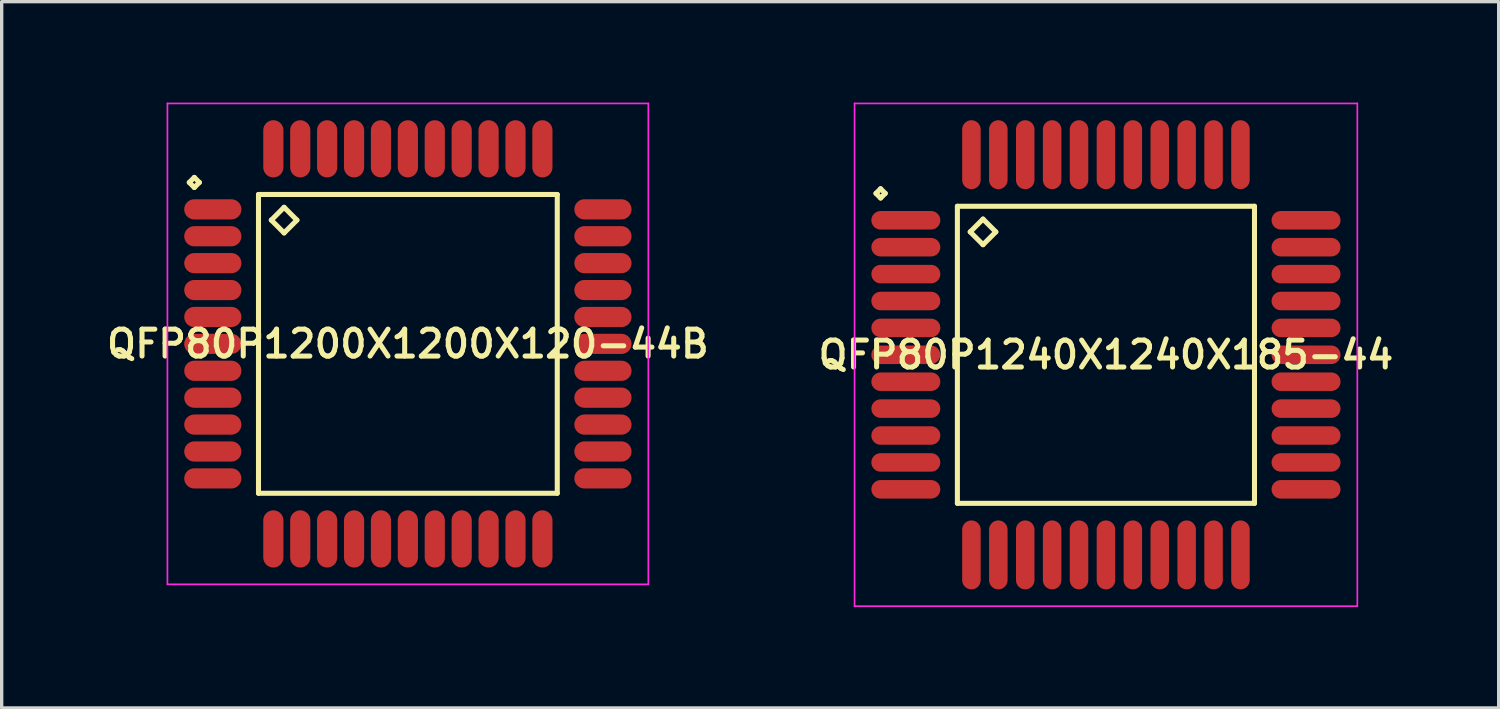
<source format=kicad_pcb>
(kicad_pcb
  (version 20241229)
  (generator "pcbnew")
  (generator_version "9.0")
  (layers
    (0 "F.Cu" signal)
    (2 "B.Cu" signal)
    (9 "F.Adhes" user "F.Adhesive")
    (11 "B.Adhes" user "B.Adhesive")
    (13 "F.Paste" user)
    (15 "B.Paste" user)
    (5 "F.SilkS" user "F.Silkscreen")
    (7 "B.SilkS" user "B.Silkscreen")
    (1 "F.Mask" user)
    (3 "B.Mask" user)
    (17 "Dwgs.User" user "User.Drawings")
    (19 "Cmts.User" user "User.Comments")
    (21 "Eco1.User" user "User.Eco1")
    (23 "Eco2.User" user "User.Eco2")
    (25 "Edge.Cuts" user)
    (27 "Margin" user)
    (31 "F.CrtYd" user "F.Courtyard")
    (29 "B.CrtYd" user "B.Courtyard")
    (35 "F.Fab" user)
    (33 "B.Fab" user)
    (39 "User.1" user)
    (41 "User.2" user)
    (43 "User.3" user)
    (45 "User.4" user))
  (footprint "QFP80P1240X1240X185-44"
    (layer "F.Cu")
    (at 29.835 7.5)
    (property "Reference" "QFP80P1240X1240X185-44" (at 0 0 0) (layer "F.SilkS") (effects (font (size 0.8 0.8) (thickness 0.15))))
    (attr smd)
    (fp_line (start -6.838 -4.8) (end -6.7 -4.938) (stroke (width 0.15) (type solid)) (layer "F.SilkS"))
    (fp_line (start -6.7 -4.938) (end -6.562 -4.8) (stroke (width 0.15) (type solid)) (layer "F.SilkS"))
    (fp_line (start -6.7 -4.662) (end -6.838 -4.8) (stroke (width 0.15) (type solid)) (layer "F.SilkS"))
    (fp_line (start -6.562 -4.8) (end -6.7 -4.662) (stroke (width 0.15) (type solid)) (layer "F.SilkS"))
    (fp_line (start -4.417 -4.417) (end -4.417 4.417) (stroke (width 0.15) (type solid)) (layer "F.SilkS"))
    (fp_line (start -4.417 4.417) (end 4.417 4.417) (stroke (width 0.15) (type solid)) (layer "F.SilkS"))
    (fp_line (start -4.036 -3.655) (end -3.655 -4.036) (stroke (width 0.15) (type solid)) (layer "F.SilkS"))
    (fp_line (start -3.655 -4.036) (end -3.274 -3.655) (stroke (width 0.15) (type solid)) (layer "F.SilkS"))
    (fp_line (start -3.655 -3.274) (end -4.036 -3.655) (stroke (width 0.15) (type solid)) (layer "F.SilkS"))
    (fp_line (start -3.274 -3.655) (end -3.655 -3.274) (stroke (width 0.15) (type solid)) (layer "F.SilkS"))
    (fp_line (start 4.417 -4.417) (end -4.417 -4.417) (stroke (width 0.15) (type solid)) (layer "F.SilkS"))
    (fp_line (start 4.417 4.417) (end 4.417 -4.417) (stroke (width 0.15) (type solid)) (layer "F.SilkS"))
    (fp_line (start -7.475 -7.475) (end 7.475 -7.475) (stroke (width 0.05) (type solid)) (layer "F.CrtYd"))
    (fp_line (start -7.475 7.475) (end -7.475 -7.475) (stroke (width 0.05) (type solid)) (layer "F.CrtYd"))
    (fp_line (start 7.475 -7.475) (end 7.475 7.475) (stroke (width 0.05) (type solid)) (layer "F.CrtYd"))
    (fp_line (start 7.475 7.475) (end -7.475 7.475) (stroke (width 0.05) (type solid)) (layer "F.CrtYd"))
    (pad "1" smd oval (at -5.95 -4) (size 2.05 0.55) (layers "F.Cu" "F.Mask" "F.Paste"))
    (pad "2" smd oval (at -5.95 -3.2) (size 2.05 0.55) (layers "F.Cu" "F.Mask" "F.Paste"))
    (pad "3" smd oval (at -5.95 -2.4) (size 2.05 0.55) (layers "F.Cu" "F.Mask" "F.Paste"))
    (pad "4" smd oval (at -5.95 -1.6) (size 2.05 0.55) (layers "F.Cu" "F.Mask" "F.Paste"))
    (pad "5" smd oval (at -5.95 -0.8) (size 2.05 0.55) (layers "F.Cu" "F.Mask" "F.Paste"))
    (pad "6" smd oval (at -5.95 0) (size 2.05 0.55) (layers "F.Cu" "F.Mask" "F.Paste"))
    (pad "7" smd oval (at -5.95 0.8) (size 2.05 0.55) (layers "F.Cu" "F.Mask" "F.Paste"))
    (pad "8" smd oval (at -5.95 1.6) (size 2.05 0.55) (layers "F.Cu" "F.Mask" "F.Paste"))
    (pad "9" smd oval (at -5.95 2.4) (size 2.05 0.55) (layers "F.Cu" "F.Mask" "F.Paste"))
    (pad "10" smd oval (at -5.95 3.2) (size 2.05 0.55) (layers "F.Cu" "F.Mask" "F.Paste"))
    (pad "11" smd oval (at -5.95 4) (size 2.05 0.55) (layers "F.Cu" "F.Mask" "F.Paste"))
    (pad "12" smd oval (at -4 5.95) (size 0.55 2.05) (layers "F.Cu" "F.Mask" "F.Paste"))
    (pad "13" smd oval (at -3.2 5.95) (size 0.55 2.05) (layers "F.Cu" "F.Mask" "F.Paste"))
    (pad "14" smd oval (at -2.4 5.95) (size 0.55 2.05) (layers "F.Cu" "F.Mask" "F.Paste"))
    (pad "15" smd oval (at -1.6 5.95) (size 0.55 2.05) (layers "F.Cu" "F.Mask" "F.Paste"))
    (pad "16" smd oval (at -0.8 5.95) (size 0.55 2.05) (layers "F.Cu" "F.Mask" "F.Paste"))
    (pad "17" smd oval (at 0 5.95) (size 0.55 2.05) (layers "F.Cu" "F.Mask" "F.Paste"))
    (pad "18" smd oval (at 0.8 5.95) (size 0.55 2.05) (layers "F.Cu" "F.Mask" "F.Paste"))
    (pad "19" smd oval (at 1.6 5.95) (size 0.55 2.05) (layers "F.Cu" "F.Mask" "F.Paste"))
    (pad "20" smd oval (at 2.4 5.95) (size 0.55 2.05) (layers "F.Cu" "F.Mask" "F.Paste"))
    (pad "21" smd oval (at 3.2 5.95) (size 0.55 2.05) (layers "F.Cu" "F.Mask" "F.Paste"))
    (pad "22" smd oval (at 4 5.95) (size 0.55 2.05) (layers "F.Cu" "F.Mask" "F.Paste"))
    (pad "23" smd oval (at 5.95 4) (size 2.05 0.55) (layers "F.Cu" "F.Mask" "F.Paste"))
    (pad "24" smd oval (at 5.95 3.2) (size 2.05 0.55) (layers "F.Cu" "F.Mask" "F.Paste"))
    (pad "25" smd oval (at 5.95 2.4) (size 2.05 0.55) (layers "F.Cu" "F.Mask" "F.Paste"))
    (pad "26" smd oval (at 5.95 1.6) (size 2.05 0.55) (layers "F.Cu" "F.Mask" "F.Paste"))
    (pad "27" smd oval (at 5.95 0.8) (size 2.05 0.55) (layers "F.Cu" "F.Mask" "F.Paste"))
    (pad "28" smd oval (at 5.95 0) (size 2.05 0.55) (layers "F.Cu" "F.Mask" "F.Paste"))
    (pad "29" smd oval (at 5.95 -0.8) (size 2.05 0.55) (layers "F.Cu" "F.Mask" "F.Paste"))
    (pad "30" smd oval (at 5.95 -1.6) (size 2.05 0.55) (layers "F.Cu" "F.Mask" "F.Paste"))
    (pad "31" smd oval (at 5.95 -2.4) (size 2.05 0.55) (layers "F.Cu" "F.Mask" "F.Paste"))
    (pad "32" smd oval (at 5.95 -3.2) (size 2.05 0.55) (layers "F.Cu" "F.Mask" "F.Paste"))
    (pad "33" smd oval (at 5.95 -4) (size 2.05 0.55) (layers "F.Cu" "F.Mask" "F.Paste"))
    (pad "34" smd oval (at 4 -5.95) (size 0.55 2.05) (layers "F.Cu" "F.Mask" "F.Paste"))
    (pad "35" smd oval (at 3.2 -5.95) (size 0.55 2.05) (layers "F.Cu" "F.Mask" "F.Paste"))
    (pad "36" smd oval (at 2.4 -5.95) (size 0.55 2.05) (layers "F.Cu" "F.Mask" "F.Paste"))
    (pad "37" smd oval (at 1.6 -5.95) (size 0.55 2.05) (layers "F.Cu" "F.Mask" "F.Paste"))
    (pad "38" smd oval (at 0.8 -5.95) (size 0.55 2.05) (layers "F.Cu" "F.Mask" "F.Paste"))
    (pad "39" smd oval (at 0 -5.95) (size 0.55 2.05) (layers "F.Cu" "F.Mask" "F.Paste"))
    (pad "40" smd oval (at -0.8 -5.95) (size 0.55 2.05) (layers "F.Cu" "F.Mask" "F.Paste"))
    (pad "41" smd oval (at -1.6 -5.95) (size 0.55 2.05) (layers "F.Cu" "F.Mask" "F.Paste"))
    (pad "42" smd oval (at -2.4 -5.95) (size 0.55 2.05) (layers "F.Cu" "F.Mask" "F.Paste"))
    (pad "43" smd oval (at -3.2 -5.95) (size 0.55 2.05) (layers "F.Cu" "F.Mask" "F.Paste"))
    (pad "44" smd oval (at -4 -5.95) (size 0.55 2.05) (layers "F.Cu" "F.Mask" "F.Paste")))
  (footprint "QFP80P1200X1200X120-44B"
    (layer "F.Cu")
    (at 9.078 7.175)
    (property "Reference" "QFP80P1200X1200X120-44B" (at 0 0 0) (layer "F.SilkS") (effects (font (size 0.8 0.8) (thickness 0.15))))
    (attr smd)
    (fp_line (start -6.5 -4.8) (end -6.35 -4.95) (stroke (width 0.15) (type solid)) (layer "F.SilkS"))
    (fp_line (start -6.35 -4.95) (end -6.2 -4.8) (stroke (width 0.15) (type solid)) (layer "F.SilkS"))
    (fp_line (start -6.35 -4.65) (end -6.5 -4.8) (stroke (width 0.15) (type solid)) (layer "F.SilkS"))
    (fp_line (start -6.2 -4.8) (end -6.35 -4.65) (stroke (width 0.15) (type solid)) (layer "F.SilkS"))
    (fp_line (start -4.442 -4.442) (end -4.442 4.442) (stroke (width 0.15) (type solid)) (layer "F.SilkS"))
    (fp_line (start -4.442 4.442) (end 4.442 4.442) (stroke (width 0.15) (type solid)) (layer "F.SilkS"))
    (fp_line (start -4.061 -3.68) (end -3.68 -4.061) (stroke (width 0.15) (type solid)) (layer "F.SilkS"))
    (fp_line (start -3.68 -4.061) (end -3.299 -3.68) (stroke (width 0.15) (type solid)) (layer "F.SilkS"))
    (fp_line (start -3.68 -3.299) (end -4.061 -3.68) (stroke (width 0.15) (type solid)) (layer "F.SilkS"))
    (fp_line (start -3.299 -3.68) (end -3.68 -3.299) (stroke (width 0.15) (type solid)) (layer "F.SilkS"))
    (fp_line (start 4.442 -4.442) (end -4.442 -4.442) (stroke (width 0.15) (type solid)) (layer "F.SilkS"))
    (fp_line (start 4.442 4.442) (end 4.442 -4.442) (stroke (width 0.15) (type solid)) (layer "F.SilkS"))
    (fp_line (start -7.15 -7.15) (end 7.15 -7.15) (stroke (width 0.05) (type solid)) (layer "F.CrtYd"))
    (fp_line (start -7.15 7.15) (end -7.15 -7.15) (stroke (width 0.05) (type solid)) (layer "F.CrtYd"))
    (fp_line (start 7.15 -7.15) (end 7.15 7.15) (stroke (width 0.05) (type solid)) (layer "F.CrtYd"))
    (fp_line (start 7.15 7.15) (end -7.15 7.15) (stroke (width 0.05) (type solid)) (layer "F.CrtYd"))
    (pad "1" smd oval (at -5.8 -4) (size 1.7 0.6) (layers "F.Cu" "F.Mask" "F.Paste"))
    (pad "2" smd oval (at -5.8 -3.2) (size 1.7 0.6) (layers "F.Cu" "F.Mask" "F.Paste"))
    (pad "3" smd oval (at -5.8 -2.4) (size 1.7 0.6) (layers "F.Cu" "F.Mask" "F.Paste"))
    (pad "4" smd oval (at -5.8 -1.6) (size 1.7 0.6) (layers "F.Cu" "F.Mask" "F.Paste"))
    (pad "5" smd oval (at -5.8 -0.8) (size 1.7 0.6) (layers "F.Cu" "F.Mask" "F.Paste"))
    (pad "6" smd oval (at -5.8 0) (size 1.7 0.6) (layers "F.Cu" "F.Mask" "F.Paste"))
    (pad "7" smd oval (at -5.8 0.8) (size 1.7 0.6) (layers "F.Cu" "F.Mask" "F.Paste"))
    (pad "8" smd oval (at -5.8 1.6) (size 1.7 0.6) (layers "F.Cu" "F.Mask" "F.Paste"))
    (pad "9" smd oval (at -5.8 2.4) (size 1.7 0.6) (layers "F.Cu" "F.Mask" "F.Paste"))
    (pad "10" smd oval (at -5.8 3.2) (size 1.7 0.6) (layers "F.Cu" "F.Mask" "F.Paste"))
    (pad "11" smd oval (at -5.8 4) (size 1.7 0.6) (layers "F.Cu" "F.Mask" "F.Paste"))
    (pad "12" smd oval (at -4 5.8) (size 0.6 1.7) (layers "F.Cu" "F.Mask" "F.Paste"))
    (pad "13" smd oval (at -3.2 5.8) (size 0.6 1.7) (layers "F.Cu" "F.Mask" "F.Paste"))
    (pad "14" smd oval (at -2.4 5.8) (size 0.6 1.7) (layers "F.Cu" "F.Mask" "F.Paste"))
    (pad "15" smd oval (at -1.6 5.8) (size 0.6 1.7) (layers "F.Cu" "F.Mask" "F.Paste"))
    (pad "16" smd oval (at -0.8 5.8) (size 0.6 1.7) (layers "F.Cu" "F.Mask" "F.Paste"))
    (pad "17" smd oval (at 0 5.8) (size 0.6 1.7) (layers "F.Cu" "F.Mask" "F.Paste"))
    (pad "18" smd oval (at 0.8 5.8) (size 0.6 1.7) (layers "F.Cu" "F.Mask" "F.Paste"))
    (pad "19" smd oval (at 1.6 5.8) (size 0.6 1.7) (layers "F.Cu" "F.Mask" "F.Paste"))
    (pad "20" smd oval (at 2.4 5.8) (size 0.6 1.7) (layers "F.Cu" "F.Mask" "F.Paste"))
    (pad "21" smd oval (at 3.2 5.8) (size 0.6 1.7) (layers "F.Cu" "F.Mask" "F.Paste"))
    (pad "22" smd oval (at 4 5.8) (size 0.6 1.7) (layers "F.Cu" "F.Mask" "F.Paste"))
    (pad "23" smd oval (at 5.8 4) (size 1.7 0.6) (layers "F.Cu" "F.Mask" "F.Paste"))
    (pad "24" smd oval (at 5.8 3.2) (size 1.7 0.6) (layers "F.Cu" "F.Mask" "F.Paste"))
    (pad "25" smd oval (at 5.8 2.4) (size 1.7 0.6) (layers "F.Cu" "F.Mask" "F.Paste"))
    (pad "26" smd oval (at 5.8 1.6) (size 1.7 0.6) (layers "F.Cu" "F.Mask" "F.Paste"))
    (pad "27" smd oval (at 5.8 0.8) (size 1.7 0.6) (layers "F.Cu" "F.Mask" "F.Paste"))
    (pad "28" smd oval (at 5.8 0) (size 1.7 0.6) (layers "F.Cu" "F.Mask" "F.Paste"))
    (pad "29" smd oval (at 5.8 -0.8) (size 1.7 0.6) (layers "F.Cu" "F.Mask" "F.Paste"))
    (pad "30" smd oval (at 5.8 -1.6) (size 1.7 0.6) (layers "F.Cu" "F.Mask" "F.Paste"))
    (pad "31" smd oval (at 5.8 -2.4) (size 1.7 0.6) (layers "F.Cu" "F.Mask" "F.Paste"))
    (pad "32" smd oval (at 5.8 -3.2) (size 1.7 0.6) (layers "F.Cu" "F.Mask" "F.Paste"))
    (pad "33" smd oval (at 5.8 -4) (size 1.7 0.6) (layers "F.Cu" "F.Mask" "F.Paste"))
    (pad "34" smd oval (at 4 -5.8) (size 0.6 1.7) (layers "F.Cu" "F.Mask" "F.Paste"))
    (pad "35" smd oval (at 3.2 -5.8) (size 0.6 1.7) (layers "F.Cu" "F.Mask" "F.Paste"))
    (pad "36" smd oval (at 2.4 -5.8) (size 0.6 1.7) (layers "F.Cu" "F.Mask" "F.Paste"))
    (pad "37" smd oval (at 1.6 -5.8) (size 0.6 1.7) (layers "F.Cu" "F.Mask" "F.Paste"))
    (pad "38" smd oval (at 0.8 -5.8) (size 0.6 1.7) (layers "F.Cu" "F.Mask" "F.Paste"))
    (pad "39" smd oval (at 0 -5.8) (size 0.6 1.7) (layers "F.Cu" "F.Mask" "F.Paste"))
    (pad "40" smd oval (at -0.8 -5.8) (size 0.6 1.7) (layers "F.Cu" "F.Mask" "F.Paste"))
    (pad "41" smd oval (at -1.6 -5.8) (size 0.6 1.7) (layers "F.Cu" "F.Mask" "F.Paste"))
    (pad "42" smd oval (at -2.4 -5.8) (size 0.6 1.7) (layers "F.Cu" "F.Mask" "F.Paste"))
    (pad "43" smd oval (at -3.2 -5.8) (size 0.6 1.7) (layers "F.Cu" "F.Mask" "F.Paste"))
    (pad "44" smd oval (at -4 -5.8) (size 0.6 1.7) (layers "F.Cu" "F.Mask" "F.Paste")))
  (gr_rect
    (start -3 -3)
    (end 41.513 18)
    (stroke (width 0.1) (type default))
    (fill no)
    (layer "Edge.Cuts")))
</source>
